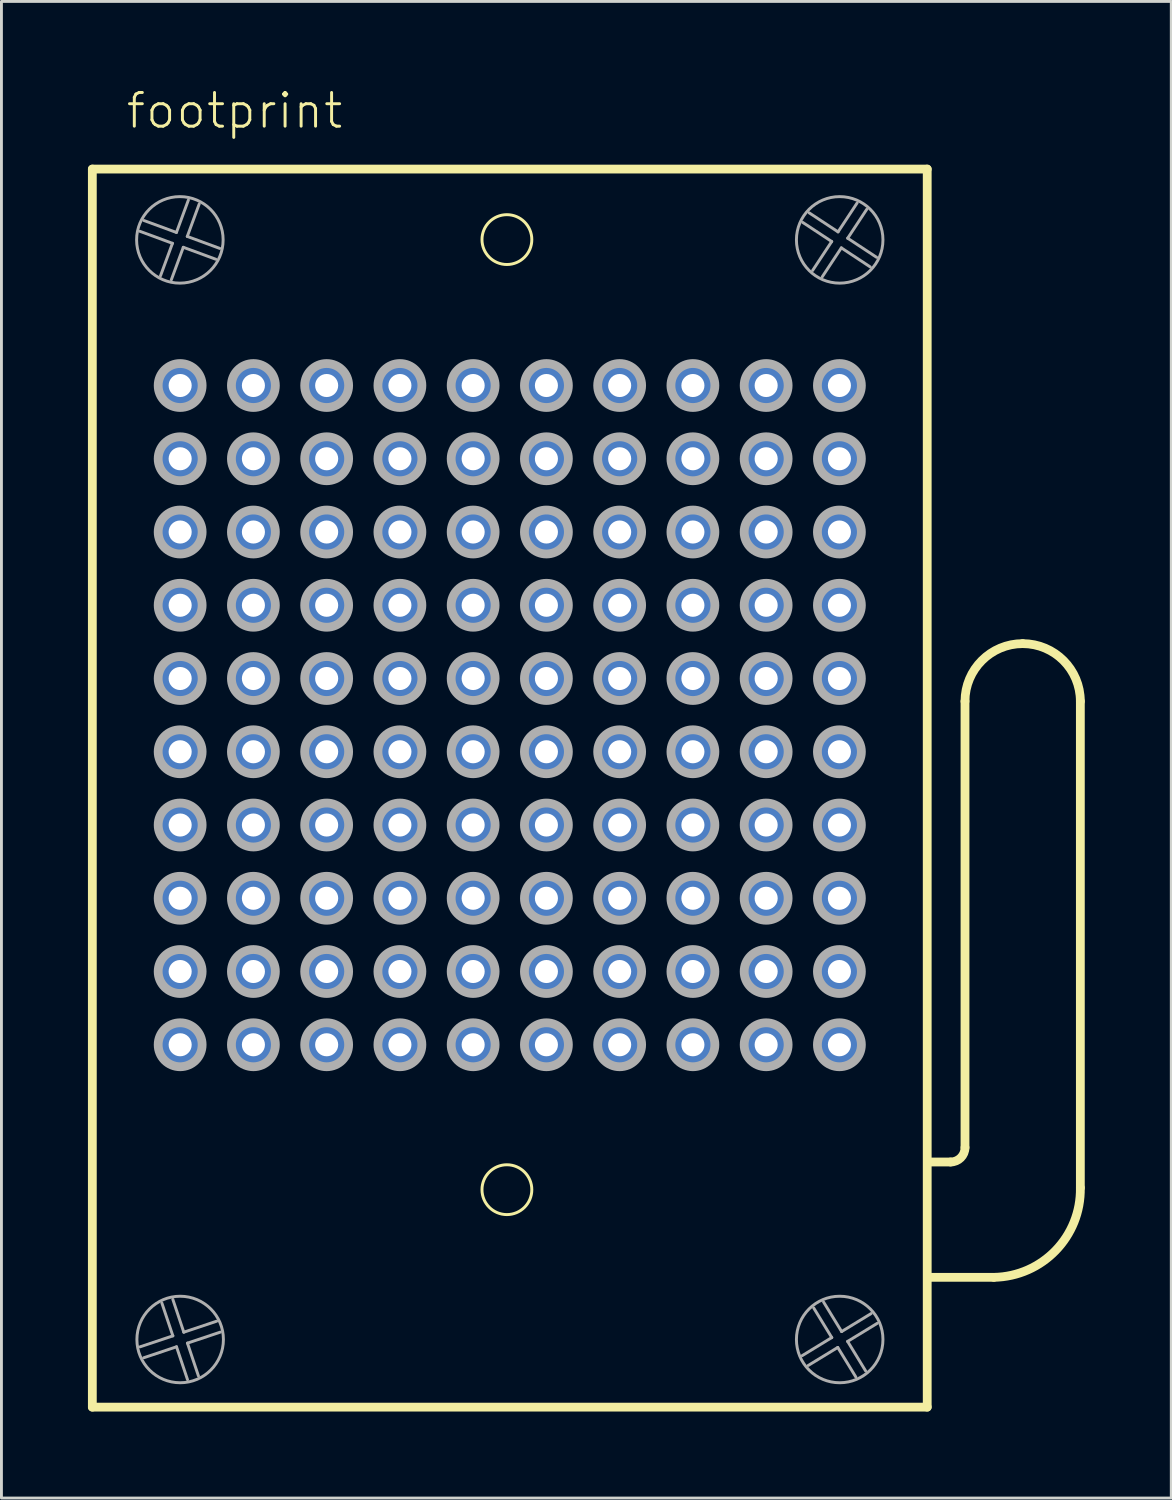
<source format=kicad_pcb>
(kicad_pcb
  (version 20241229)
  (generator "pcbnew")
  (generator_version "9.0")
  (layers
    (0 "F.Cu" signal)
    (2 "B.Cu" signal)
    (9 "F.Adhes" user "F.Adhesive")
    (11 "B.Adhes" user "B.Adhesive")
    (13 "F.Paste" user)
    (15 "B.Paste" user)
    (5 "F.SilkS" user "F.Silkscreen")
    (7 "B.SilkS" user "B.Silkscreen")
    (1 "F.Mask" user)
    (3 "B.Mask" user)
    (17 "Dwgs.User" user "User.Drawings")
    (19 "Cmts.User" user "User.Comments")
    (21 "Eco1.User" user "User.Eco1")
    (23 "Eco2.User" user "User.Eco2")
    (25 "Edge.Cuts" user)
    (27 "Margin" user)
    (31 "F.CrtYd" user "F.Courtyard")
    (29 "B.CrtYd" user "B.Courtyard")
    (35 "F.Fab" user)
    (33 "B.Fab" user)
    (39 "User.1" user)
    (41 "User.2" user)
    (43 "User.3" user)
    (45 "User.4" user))
  (footprint "footprint"
    (layer "F.Cu")
    (at 14.627 21.748)
    (property "Reference" "footprint" (at -13.365 -20.275 0) (layer "F.SilkS") (effects (font (size 1.168 1.168) (thickness 0.102)) (justify left bottom)))
    (fp_line (start -14.475 -18.935) (end 14.475 -18.935) (stroke (width 0.305) (type solid)) (layer "F.SilkS"))
    (fp_line (start -14.475 23.995) (end -14.475 -18.935) (stroke (width 0.305) (type solid)) (layer "F.SilkS"))
    (fp_line (start 14.475 -18.935) (end 14.475 23.995) (stroke (width 0.305) (type solid)) (layer "F.SilkS"))
    (fp_line (start 14.475 23.995) (end -14.475 23.995) (stroke (width 0.305) (type solid)) (layer "F.SilkS"))
    (fp_line (start 15.285 15.495) (end 14.521 15.495) (stroke (width 0.305) (type solid)) (layer "F.SilkS"))
    (fp_line (start 15.785 14.995) (end 15.785 -0.48) (stroke (width 0.305) (type solid)) (layer "F.SilkS"))
    (fp_line (start 16.785 19.495) (end 14.521 19.495) (stroke (width 0.305) (type solid)) (layer "F.SilkS"))
    (fp_line (start 19.785 -0.48) (end 19.785 16.39) (stroke (width 0.305) (type solid)) (layer "F.SilkS"))
    (fp_arc (start 15.785 -0.48) (mid 16.370787 -1.894213) (end 17.785001 -2.479999) (stroke (width 0.3048) (type solid)) (layer "F.SilkS"))
    (fp_arc (start 15.785 14.995) (mid 15.638553 15.348553) (end 15.285 15.495) (stroke (width 0.3048) (type solid)) (layer "F.SilkS"))
    (fp_arc (start 17.785 -2.48) (mid 19.199214 -1.894213) (end 19.785001 -0.479999) (stroke (width 0.3048) (type solid)) (layer "F.SilkS"))
    (fp_arc (start 19.785 16.39) (mid 18.928067 18.56382) (end 16.785 19.495) (stroke (width 0.3048) (type solid)) (layer "F.SilkS"))
    (fp_circle (center -0.1 -16.49) (end 0.764 -16.49) (stroke (width 0.102) (type solid)) (fill no) (layer "F.SilkS"))
    (fp_circle (center -0.1 16.455) (end 0.764 16.455) (stroke (width 0.102) (type solid)) (fill no) (layer "F.SilkS"))
    (fp_line (start -12.821 21.904) (end -11.683 21.524) (stroke (width 0.102) (type solid)) (layer "F.Fab"))
    (fp_line (start -12.685 -17.151) (end -11.559 -16.737) (stroke (width 0.102) (type solid)) (layer "F.Fab"))
    (fp_line (start -12.111 -15.235) (end -11.697 -16.361) (stroke (width 0.102) (type solid)) (layer "F.Fab"))
    (fp_line (start -11.697 -16.361) (end -12.823 -16.776) (stroke (width 0.102) (type solid)) (layer "F.Fab"))
    (fp_line (start -11.684 20.259) (end -11.304 21.397) (stroke (width 0.102) (type solid)) (layer "F.Fab"))
    (fp_line (start -11.683 21.524) (end -12.064 20.386) (stroke (width 0.102) (type solid)) (layer "F.Fab"))
    (fp_line (start -11.559 -16.737) (end -11.144 -17.863) (stroke (width 0.102) (type solid)) (layer "F.Fab"))
    (fp_line (start -11.556 21.903) (end -12.694 22.284) (stroke (width 0.102) (type solid)) (layer "F.Fab"))
    (fp_line (start -11.321 -16.223) (end -11.736 -15.097) (stroke (width 0.102) (type solid)) (layer "F.Fab"))
    (fp_line (start -11.304 21.397) (end -10.166 21.016) (stroke (width 0.102) (type solid)) (layer "F.Fab"))
    (fp_line (start -11.183 -16.599) (end -10.057 -16.184) (stroke (width 0.102) (type solid)) (layer "F.Fab"))
    (fp_line (start -11.177 21.776) (end -10.796 22.914) (stroke (width 0.102) (type solid)) (layer "F.Fab"))
    (fp_line (start -11.175 23.041) (end -11.556 21.903) (stroke (width 0.102) (type solid)) (layer "F.Fab"))
    (fp_line (start -10.769 -17.725) (end -11.183 -16.599) (stroke (width 0.102) (type solid)) (layer "F.Fab"))
    (fp_line (start -10.195 -15.809) (end -11.321 -16.223) (stroke (width 0.102) (type solid)) (layer "F.Fab"))
    (fp_line (start -10.039 21.395) (end -11.177 21.776) (stroke (width 0.102) (type solid)) (layer "F.Fab"))
    (fp_line (start 10.141 22.209) (end 11.165 21.583) (stroke (width 0.102) (type solid)) (layer "F.Fab"))
    (fp_line (start 10.381 -17.418) (end 11.383 -16.757) (stroke (width 0.102) (type solid)) (layer "F.Fab"))
    (fp_line (start 10.502 -15.421) (end 11.163 -16.423) (stroke (width 0.102) (type solid)) (layer "F.Fab"))
    (fp_line (start 10.881 20.351) (end 11.507 21.375) (stroke (width 0.102) (type solid)) (layer "F.Fab"))
    (fp_line (start 11.163 -16.423) (end 10.161 -17.084) (stroke (width 0.102) (type solid)) (layer "F.Fab"))
    (fp_line (start 11.165 21.583) (end 10.54 20.559) (stroke (width 0.102) (type solid)) (layer "F.Fab"))
    (fp_line (start 11.373 21.925) (end 10.349 22.55) (stroke (width 0.102) (type solid)) (layer "F.Fab"))
    (fp_line (start 11.383 -16.757) (end 12.044 -17.759) (stroke (width 0.102) (type solid)) (layer "F.Fab"))
    (fp_line (start 11.497 -16.203) (end 10.836 -15.201) (stroke (width 0.102) (type solid)) (layer "F.Fab"))
    (fp_line (start 11.507 21.375) (end 12.531 20.75) (stroke (width 0.102) (type solid)) (layer "F.Fab"))
    (fp_line (start 11.715 21.716) (end 12.34 22.741) (stroke (width 0.102) (type solid)) (layer "F.Fab"))
    (fp_line (start 11.717 -16.537) (end 12.719 -15.876) (stroke (width 0.102) (type solid)) (layer "F.Fab"))
    (fp_line (start 11.999 22.949) (end 11.373 21.925) (stroke (width 0.102) (type solid)) (layer "F.Fab"))
    (fp_line (start 12.378 -17.539) (end 11.717 -16.537) (stroke (width 0.102) (type solid)) (layer "F.Fab"))
    (fp_line (start 12.499 -15.542) (end 11.497 -16.203) (stroke (width 0.102) (type solid)) (layer "F.Fab"))
    (fp_line (start 12.739 21.091) (end 11.715 21.716) (stroke (width 0.102) (type solid)) (layer "F.Fab"))
    (fp_circle (center -11.44 -16.48) (end -9.94 -16.48) (stroke (width 0.102) (type solid)) (fill no) (layer "F.Fab"))
    (fp_circle (center -11.43 -11.43) (end -10.668 -11.43) (stroke (width 0.305) (type solid)) (fill no) (layer "F.Fab"))
    (fp_circle (center -11.43 -8.89) (end -10.668 -8.89) (stroke (width 0.305) (type solid)) (fill no) (layer "F.Fab"))
    (fp_circle (center -11.43 -6.35) (end -10.668 -6.35) (stroke (width 0.305) (type solid)) (fill no) (layer "F.Fab"))
    (fp_circle (center -11.43 -3.81) (end -10.668 -3.81) (stroke (width 0.305) (type solid)) (fill no) (layer "F.Fab"))
    (fp_circle (center -11.43 -1.27) (end -10.668 -1.27) (stroke (width 0.305) (type solid)) (fill no) (layer "F.Fab"))
    (fp_circle (center -11.43 1.27) (end -10.668 1.27) (stroke (width 0.305) (type solid)) (fill no) (layer "F.Fab"))
    (fp_circle (center -11.43 3.81) (end -10.668 3.81) (stroke (width 0.305) (type solid)) (fill no) (layer "F.Fab"))
    (fp_circle (center -11.43 6.35) (end -10.668 6.35) (stroke (width 0.305) (type solid)) (fill no) (layer "F.Fab"))
    (fp_circle (center -11.43 8.89) (end -10.668 8.89) (stroke (width 0.305) (type solid)) (fill no) (layer "F.Fab"))
    (fp_circle (center -11.43 11.43) (end -10.668 11.43) (stroke (width 0.305) (type solid)) (fill no) (layer "F.Fab"))
    (fp_circle (center -11.43 21.65) (end -9.93 21.65) (stroke (width 0.102) (type solid)) (fill no) (layer "F.Fab"))
    (fp_circle (center -8.89 -11.43) (end -8.128 -11.43) (stroke (width 0.305) (type solid)) (fill no) (layer "F.Fab"))
    (fp_circle (center -8.89 -8.89) (end -8.128 -8.89) (stroke (width 0.305) (type solid)) (fill no) (layer "F.Fab"))
    (fp_circle (center -8.89 -6.35) (end -8.128 -6.35) (stroke (width 0.305) (type solid)) (fill no) (layer "F.Fab"))
    (fp_circle (center -8.89 -3.81) (end -8.128 -3.81) (stroke (width 0.305) (type solid)) (fill no) (layer "F.Fab"))
    (fp_circle (center -8.89 -1.27) (end -8.128 -1.27) (stroke (width 0.305) (type solid)) (fill no) (layer "F.Fab"))
    (fp_circle (center -8.89 1.27) (end -8.128 1.27) (stroke (width 0.305) (type solid)) (fill no) (layer "F.Fab"))
    (fp_circle (center -8.89 3.81) (end -8.128 3.81) (stroke (width 0.305) (type solid)) (fill no) (layer "F.Fab"))
    (fp_circle (center -8.89 6.35) (end -8.128 6.35) (stroke (width 0.305) (type solid)) (fill no) (layer "F.Fab"))
    (fp_circle (center -8.89 8.89) (end -8.128 8.89) (stroke (width 0.305) (type solid)) (fill no) (layer "F.Fab"))
    (fp_circle (center -8.89 11.43) (end -8.128 11.43) (stroke (width 0.305) (type solid)) (fill no) (layer "F.Fab"))
    (fp_circle (center -6.35 -11.43) (end -5.588 -11.43) (stroke (width 0.305) (type solid)) (fill no) (layer "F.Fab"))
    (fp_circle (center -6.35 -8.89) (end -5.588 -8.89) (stroke (width 0.305) (type solid)) (fill no) (layer "F.Fab"))
    (fp_circle (center -6.35 -6.35) (end -5.588 -6.35) (stroke (width 0.305) (type solid)) (fill no) (layer "F.Fab"))
    (fp_circle (center -6.35 -3.81) (end -5.588 -3.81) (stroke (width 0.305) (type solid)) (fill no) (layer "F.Fab"))
    (fp_circle (center -6.35 -1.27) (end -5.588 -1.27) (stroke (width 0.305) (type solid)) (fill no) (layer "F.Fab"))
    (fp_circle (center -6.35 1.27) (end -5.588 1.27) (stroke (width 0.305) (type solid)) (fill no) (layer "F.Fab"))
    (fp_circle (center -6.35 3.81) (end -5.588 3.81) (stroke (width 0.305) (type solid)) (fill no) (layer "F.Fab"))
    (fp_circle (center -6.35 6.35) (end -5.588 6.35) (stroke (width 0.305) (type solid)) (fill no) (layer "F.Fab"))
    (fp_circle (center -6.35 8.89) (end -5.588 8.89) (stroke (width 0.305) (type solid)) (fill no) (layer "F.Fab"))
    (fp_circle (center -6.35 11.43) (end -5.588 11.43) (stroke (width 0.305) (type solid)) (fill no) (layer "F.Fab"))
    (fp_circle (center -3.81 -11.43) (end -3.048 -11.43) (stroke (width 0.305) (type solid)) (fill no) (layer "F.Fab"))
    (fp_circle (center -3.81 -8.89) (end -3.048 -8.89) (stroke (width 0.305) (type solid)) (fill no) (layer "F.Fab"))
    (fp_circle (center -3.81 -6.35) (end -3.048 -6.35) (stroke (width 0.305) (type solid)) (fill no) (layer "F.Fab"))
    (fp_circle (center -3.81 -3.81) (end -3.048 -3.81) (stroke (width 0.305) (type solid)) (fill no) (layer "F.Fab"))
    (fp_circle (center -3.81 -1.27) (end -3.048 -1.27) (stroke (width 0.305) (type solid)) (fill no) (layer "F.Fab"))
    (fp_circle (center -3.81 1.27) (end -3.048 1.27) (stroke (width 0.305) (type solid)) (fill no) (layer "F.Fab"))
    (fp_circle (center -3.81 3.81) (end -3.048 3.81) (stroke (width 0.305) (type solid)) (fill no) (layer "F.Fab"))
    (fp_circle (center -3.81 6.35) (end -3.048 6.35) (stroke (width 0.305) (type solid)) (fill no) (layer "F.Fab"))
    (fp_circle (center -3.81 8.89) (end -3.048 8.89) (stroke (width 0.305) (type solid)) (fill no) (layer "F.Fab"))
    (fp_circle (center -3.81 11.43) (end -3.048 11.43) (stroke (width 0.305) (type solid)) (fill no) (layer "F.Fab"))
    (fp_circle (center -1.27 -11.43) (end -0.508 -11.43) (stroke (width 0.305) (type solid)) (fill no) (layer "F.Fab"))
    (fp_circle (center -1.27 -8.89) (end -0.508 -8.89) (stroke (width 0.305) (type solid)) (fill no) (layer "F.Fab"))
    (fp_circle (center -1.27 -6.35) (end -0.508 -6.35) (stroke (width 0.305) (type solid)) (fill no) (layer "F.Fab"))
    (fp_circle (center -1.27 -3.81) (end -0.508 -3.81) (stroke (width 0.305) (type solid)) (fill no) (layer "F.Fab"))
    (fp_circle (center -1.27 -1.27) (end -0.508 -1.27) (stroke (width 0.305) (type solid)) (fill no) (layer "F.Fab"))
    (fp_circle (center -1.27 1.27) (end -0.508 1.27) (stroke (width 0.305) (type solid)) (fill no) (layer "F.Fab"))
    (fp_circle (center -1.27 3.81) (end -0.508 3.81) (stroke (width 0.305) (type solid)) (fill no) (layer "F.Fab"))
    (fp_circle (center -1.27 6.35) (end -0.508 6.35) (stroke (width 0.305) (type solid)) (fill no) (layer "F.Fab"))
    (fp_circle (center -1.27 8.89) (end -0.508 8.89) (stroke (width 0.305) (type solid)) (fill no) (layer "F.Fab"))
    (fp_circle (center -1.27 11.43) (end -0.508 11.43) (stroke (width 0.305) (type solid)) (fill no) (layer "F.Fab"))
    (fp_circle (center 1.27 -11.43) (end 2.032 -11.43) (stroke (width 0.305) (type solid)) (fill no) (layer "F.Fab"))
    (fp_circle (center 1.27 -8.89) (end 2.032 -8.89) (stroke (width 0.305) (type solid)) (fill no) (layer "F.Fab"))
    (fp_circle (center 1.27 -6.35) (end 2.032 -6.35) (stroke (width 0.305) (type solid)) (fill no) (layer "F.Fab"))
    (fp_circle (center 1.27 -3.81) (end 2.032 -3.81) (stroke (width 0.305) (type solid)) (fill no) (layer "F.Fab"))
    (fp_circle (center 1.27 -1.27) (end 2.032 -1.27) (stroke (width 0.305) (type solid)) (fill no) (layer "F.Fab"))
    (fp_circle (center 1.27 1.27) (end 2.032 1.27) (stroke (width 0.305) (type solid)) (fill no) (layer "F.Fab"))
    (fp_circle (center 1.27 3.81) (end 2.032 3.81) (stroke (width 0.305) (type solid)) (fill no) (layer "F.Fab"))
    (fp_circle (center 1.27 6.35) (end 2.032 6.35) (stroke (width 0.305) (type solid)) (fill no) (layer "F.Fab"))
    (fp_circle (center 1.27 8.89) (end 2.032 8.89) (stroke (width 0.305) (type solid)) (fill no) (layer "F.Fab"))
    (fp_circle (center 1.27 11.43) (end 2.032 11.43) (stroke (width 0.305) (type solid)) (fill no) (layer "F.Fab"))
    (fp_circle (center 3.81 -11.43) (end 4.572 -11.43) (stroke (width 0.305) (type solid)) (fill no) (layer "F.Fab"))
    (fp_circle (center 3.81 -8.89) (end 4.572 -8.89) (stroke (width 0.305) (type solid)) (fill no) (layer "F.Fab"))
    (fp_circle (center 3.81 -6.35) (end 4.572 -6.35) (stroke (width 0.305) (type solid)) (fill no) (layer "F.Fab"))
    (fp_circle (center 3.81 -3.81) (end 4.572 -3.81) (stroke (width 0.305) (type solid)) (fill no) (layer "F.Fab"))
    (fp_circle (center 3.81 -1.27) (end 4.572 -1.27) (stroke (width 0.305) (type solid)) (fill no) (layer "F.Fab"))
    (fp_circle (center 3.81 1.27) (end 4.572 1.27) (stroke (width 0.305) (type solid)) (fill no) (layer "F.Fab"))
    (fp_circle (center 3.81 3.81) (end 4.572 3.81) (stroke (width 0.305) (type solid)) (fill no) (layer "F.Fab"))
    (fp_circle (center 3.81 6.35) (end 4.572 6.35) (stroke (width 0.305) (type solid)) (fill no) (layer "F.Fab"))
    (fp_circle (center 3.81 8.89) (end 4.572 8.89) (stroke (width 0.305) (type solid)) (fill no) (layer "F.Fab"))
    (fp_circle (center 3.81 11.43) (end 4.572 11.43) (stroke (width 0.305) (type solid)) (fill no) (layer "F.Fab"))
    (fp_circle (center 6.35 -11.43) (end 7.112 -11.43) (stroke (width 0.305) (type solid)) (fill no) (layer "F.Fab"))
    (fp_circle (center 6.35 -8.89) (end 7.112 -8.89) (stroke (width 0.305) (type solid)) (fill no) (layer "F.Fab"))
    (fp_circle (center 6.35 -6.35) (end 7.112 -6.35) (stroke (width 0.305) (type solid)) (fill no) (layer "F.Fab"))
    (fp_circle (center 6.35 -3.81) (end 7.112 -3.81) (stroke (width 0.305) (type solid)) (fill no) (layer "F.Fab"))
    (fp_circle (center 6.35 -1.27) (end 7.112 -1.27) (stroke (width 0.305) (type solid)) (fill no) (layer "F.Fab"))
    (fp_circle (center 6.35 1.27) (end 7.112 1.27) (stroke (width 0.305) (type solid)) (fill no) (layer "F.Fab"))
    (fp_circle (center 6.35 3.81) (end 7.112 3.81) (stroke (width 0.305) (type solid)) (fill no) (layer "F.Fab"))
    (fp_circle (center 6.35 6.35) (end 7.112 6.35) (stroke (width 0.305) (type solid)) (fill no) (layer "F.Fab"))
    (fp_circle (center 6.35 8.89) (end 7.112 8.89) (stroke (width 0.305) (type solid)) (fill no) (layer "F.Fab"))
    (fp_circle (center 6.35 11.43) (end 7.112 11.43) (stroke (width 0.305) (type solid)) (fill no) (layer "F.Fab"))
    (fp_circle (center 8.89 -11.43) (end 9.652 -11.43) (stroke (width 0.305) (type solid)) (fill no) (layer "F.Fab"))
    (fp_circle (center 8.89 -8.89) (end 9.652 -8.89) (stroke (width 0.305) (type solid)) (fill no) (layer "F.Fab"))
    (fp_circle (center 8.89 -6.35) (end 9.652 -6.35) (stroke (width 0.305) (type solid)) (fill no) (layer "F.Fab"))
    (fp_circle (center 8.89 -3.81) (end 9.652 -3.81) (stroke (width 0.305) (type solid)) (fill no) (layer "F.Fab"))
    (fp_circle (center 8.89 -1.27) (end 9.652 -1.27) (stroke (width 0.305) (type solid)) (fill no) (layer "F.Fab"))
    (fp_circle (center 8.89 1.27) (end 9.652 1.27) (stroke (width 0.305) (type solid)) (fill no) (layer "F.Fab"))
    (fp_circle (center 8.89 3.81) (end 9.652 3.81) (stroke (width 0.305) (type solid)) (fill no) (layer "F.Fab"))
    (fp_circle (center 8.89 6.35) (end 9.652 6.35) (stroke (width 0.305) (type solid)) (fill no) (layer "F.Fab"))
    (fp_circle (center 8.89 8.89) (end 9.652 8.89) (stroke (width 0.305) (type solid)) (fill no) (layer "F.Fab"))
    (fp_circle (center 8.89 11.43) (end 9.652 11.43) (stroke (width 0.305) (type solid)) (fill no) (layer "F.Fab"))
    (fp_circle (center 11.43 -11.43) (end 12.192 -11.43) (stroke (width 0.305) (type solid)) (fill no) (layer "F.Fab"))
    (fp_circle (center 11.43 -8.89) (end 12.192 -8.89) (stroke (width 0.305) (type solid)) (fill no) (layer "F.Fab"))
    (fp_circle (center 11.43 -6.35) (end 12.192 -6.35) (stroke (width 0.305) (type solid)) (fill no) (layer "F.Fab"))
    (fp_circle (center 11.43 -3.81) (end 12.192 -3.81) (stroke (width 0.305) (type solid)) (fill no) (layer "F.Fab"))
    (fp_circle (center 11.43 -1.27) (end 12.192 -1.27) (stroke (width 0.305) (type solid)) (fill no) (layer "F.Fab"))
    (fp_circle (center 11.43 1.27) (end 12.192 1.27) (stroke (width 0.305) (type solid)) (fill no) (layer "F.Fab"))
    (fp_circle (center 11.43 3.81) (end 12.192 3.81) (stroke (width 0.305) (type solid)) (fill no) (layer "F.Fab"))
    (fp_circle (center 11.43 6.35) (end 12.192 6.35) (stroke (width 0.305) (type solid)) (fill no) (layer "F.Fab"))
    (fp_circle (center 11.43 8.89) (end 12.192 8.89) (stroke (width 0.305) (type solid)) (fill no) (layer "F.Fab"))
    (fp_circle (center 11.43 11.43) (end 12.192 11.43) (stroke (width 0.305) (type solid)) (fill no) (layer "F.Fab"))
    (fp_circle (center 11.44 -16.48) (end 12.94 -16.48) (stroke (width 0.102) (type solid)) (fill no) (layer "F.Fab"))
    (fp_circle (center 11.44 21.65) (end 12.94 21.65) (stroke (width 0.102) (type solid)) (fill no) (layer "F.Fab"))
    (pad "A1" thru_hole circle (at -11.43 -11.43) (size 1.4 1.4) (drill 0.8) (layers "*.Cu" "*.Mask"))
    (pad "A2" thru_hole circle (at -8.89 -11.43) (size 1.4 1.4) (drill 0.8) (layers "*.Cu" "*.Mask"))
    (pad "A3" thru_hole circle (at -6.35 -11.43) (size 1.4 1.4) (drill 0.8) (layers "*.Cu" "*.Mask"))
    (pad "A4" thru_hole circle (at -3.81 -11.43) (size 1.4 1.4) (drill 0.8) (layers "*.Cu" "*.Mask"))
    (pad "A5" thru_hole circle (at -1.27 -11.43) (size 1.4 1.4) (drill 0.8) (layers "*.Cu" "*.Mask"))
    (pad "A6" thru_hole circle (at 1.27 -11.43) (size 1.4 1.4) (drill 0.8) (layers "*.Cu" "*.Mask"))
    (pad "A7" thru_hole circle (at 3.81 -11.43) (size 1.4 1.4) (drill 0.8) (layers "*.Cu" "*.Mask"))
    (pad "A8" thru_hole circle (at 6.35 -11.43) (size 1.4 1.4) (drill 0.8) (layers "*.Cu" "*.Mask"))
    (pad "A9" thru_hole circle (at 8.89 -11.43) (size 1.4 1.4) (drill 0.8) (layers "*.Cu" "*.Mask"))
    (pad "A10" thru_hole circle (at 11.43 -11.43) (size 1.4 1.4) (drill 0.8) (layers "*.Cu" "*.Mask"))
    (pad "B1" thru_hole circle (at -11.43 -8.89) (size 1.4 1.4) (drill 0.8) (layers "*.Cu" "*.Mask"))
    (pad "B2" thru_hole circle (at -8.89 -8.89) (size 1.4 1.4) (drill 0.8) (layers "*.Cu" "*.Mask"))
    (pad "B3" thru_hole circle (at -6.35 -8.89) (size 1.4 1.4) (drill 0.8) (layers "*.Cu" "*.Mask"))
    (pad "B4" thru_hole circle (at -3.81 -8.89) (size 1.4 1.4) (drill 0.8) (layers "*.Cu" "*.Mask"))
    (pad "B5" thru_hole circle (at -1.27 -8.89) (size 1.4 1.4) (drill 0.8) (layers "*.Cu" "*.Mask"))
    (pad "B6" thru_hole circle (at 1.27 -8.89) (size 1.4 1.4) (drill 0.8) (layers "*.Cu" "*.Mask"))
    (pad "B7" thru_hole circle (at 3.81 -8.89) (size 1.4 1.4) (drill 0.8) (layers "*.Cu" "*.Mask"))
    (pad "B8" thru_hole circle (at 6.35 -8.89) (size 1.4 1.4) (drill 0.8) (layers "*.Cu" "*.Mask"))
    (pad "B9" thru_hole circle (at 8.89 -8.89) (size 1.4 1.4) (drill 0.8) (layers "*.Cu" "*.Mask"))
    (pad "B10" thru_hole circle (at 11.43 -8.89) (size 1.4 1.4) (drill 0.8) (layers "*.Cu" "*.Mask"))
    (pad "C1" thru_hole circle (at -11.43 -6.35) (size 1.4 1.4) (drill 0.8) (layers "*.Cu" "*.Mask"))
    (pad "C2" thru_hole circle (at -8.89 -6.35) (size 1.4 1.4) (drill 0.8) (layers "*.Cu" "*.Mask"))
    (pad "C3" thru_hole circle (at -6.35 -6.35) (size 1.4 1.4) (drill 0.8) (layers "*.Cu" "*.Mask"))
    (pad "C4" thru_hole circle (at -3.81 -6.35) (size 1.4 1.4) (drill 0.8) (layers "*.Cu" "*.Mask"))
    (pad "C5" thru_hole circle (at -1.27 -6.35) (size 1.4 1.4) (drill 0.8) (layers "*.Cu" "*.Mask"))
    (pad "C6" thru_hole circle (at 1.27 -6.35) (size 1.4 1.4) (drill 0.8) (layers "*.Cu" "*.Mask"))
    (pad "C7" thru_hole circle (at 3.81 -6.35) (size 1.4 1.4) (drill 0.8) (layers "*.Cu" "*.Mask"))
    (pad "C8" thru_hole circle (at 6.35 -6.35) (size 1.4 1.4) (drill 0.8) (layers "*.Cu" "*.Mask"))
    (pad "C9" thru_hole circle (at 8.89 -6.35) (size 1.4 1.4) (drill 0.8) (layers "*.Cu" "*.Mask"))
    (pad "C10" thru_hole circle (at 11.43 -6.35) (size 1.4 1.4) (drill 0.8) (layers "*.Cu" "*.Mask"))
    (pad "D1" thru_hole circle (at -11.43 -3.81) (size 1.4 1.4) (drill 0.8) (layers "*.Cu" "*.Mask"))
    (pad "D2" thru_hole circle (at -8.89 -3.81) (size 1.4 1.4) (drill 0.8) (layers "*.Cu" "*.Mask"))
    (pad "D3" thru_hole circle (at -6.35 -3.81) (size 1.4 1.4) (drill 0.8) (layers "*.Cu" "*.Mask"))
    (pad "D4" thru_hole circle (at -3.81 -3.81) (size 1.4 1.4) (drill 0.8) (layers "*.Cu" "*.Mask"))
    (pad "D5" thru_hole circle (at -1.27 -3.81) (size 1.4 1.4) (drill 0.8) (layers "*.Cu" "*.Mask"))
    (pad "D6" thru_hole circle (at 1.27 -3.81) (size 1.4 1.4) (drill 0.8) (layers "*.Cu" "*.Mask"))
    (pad "D7" thru_hole circle (at 3.81 -3.81) (size 1.4 1.4) (drill 0.8) (layers "*.Cu" "*.Mask"))
    (pad "D8" thru_hole circle (at 6.35 -3.81) (size 1.4 1.4) (drill 0.8) (layers "*.Cu" "*.Mask"))
    (pad "D9" thru_hole circle (at 8.89 -3.81) (size 1.4 1.4) (drill 0.8) (layers "*.Cu" "*.Mask"))
    (pad "D10" thru_hole circle (at 11.43 -3.81) (size 1.4 1.4) (drill 0.8) (layers "*.Cu" "*.Mask"))
    (pad "E1" thru_hole circle (at -11.43 -1.27) (size 1.4 1.4) (drill 0.8) (layers "*.Cu" "*.Mask"))
    (pad "E2" thru_hole circle (at -8.89 -1.27) (size 1.4 1.4) (drill 0.8) (layers "*.Cu" "*.Mask"))
    (pad "E3" thru_hole circle (at -6.35 -1.27) (size 1.4 1.4) (drill 0.8) (layers "*.Cu" "*.Mask"))
    (pad "E4" thru_hole circle (at -3.81 -1.27) (size 1.4 1.4) (drill 0.8) (layers "*.Cu" "*.Mask"))
    (pad "E5" thru_hole circle (at -1.27 -1.27) (size 1.4 1.4) (drill 0.8) (layers "*.Cu" "*.Mask"))
    (pad "E6" thru_hole circle (at 1.27 -1.27) (size 1.4 1.4) (drill 0.8) (layers "*.Cu" "*.Mask"))
    (pad "E7" thru_hole circle (at 3.81 -1.27) (size 1.4 1.4) (drill 0.8) (layers "*.Cu" "*.Mask"))
    (pad "E8" thru_hole circle (at 6.35 -1.27) (size 1.4 1.4) (drill 0.8) (layers "*.Cu" "*.Mask"))
    (pad "E9" thru_hole circle (at 8.89 -1.27) (size 1.4 1.4) (drill 0.8) (layers "*.Cu" "*.Mask"))
    (pad "E10" thru_hole circle (at 11.43 -1.27) (size 1.4 1.4) (drill 0.8) (layers "*.Cu" "*.Mask"))
    (pad "F1" thru_hole circle (at -11.43 1.27) (size 1.4 1.4) (drill 0.8) (layers "*.Cu" "*.Mask"))
    (pad "F2" thru_hole circle (at -8.89 1.27) (size 1.4 1.4) (drill 0.8) (layers "*.Cu" "*.Mask"))
    (pad "F3" thru_hole circle (at -6.35 1.27) (size 1.4 1.4) (drill 0.8) (layers "*.Cu" "*.Mask"))
    (pad "F4" thru_hole circle (at -3.81 1.27) (size 1.4 1.4) (drill 0.8) (layers "*.Cu" "*.Mask"))
    (pad "F5" thru_hole circle (at -1.27 1.27) (size 1.4 1.4) (drill 0.8) (layers "*.Cu" "*.Mask"))
    (pad "F6" thru_hole circle (at 1.27 1.27) (size 1.4 1.4) (drill 0.8) (layers "*.Cu" "*.Mask"))
    (pad "F7" thru_hole circle (at 3.81 1.27) (size 1.4 1.4) (drill 0.8) (layers "*.Cu" "*.Mask"))
    (pad "F8" thru_hole circle (at 6.35 1.27) (size 1.4 1.4) (drill 0.8) (layers "*.Cu" "*.Mask"))
    (pad "F9" thru_hole circle (at 8.89 1.27) (size 1.4 1.4) (drill 0.8) (layers "*.Cu" "*.Mask"))
    (pad "F10" thru_hole circle (at 11.43 1.27) (size 1.4 1.4) (drill 0.8) (layers "*.Cu" "*.Mask"))
    (pad "G1" thru_hole circle (at -11.43 3.81) (size 1.4 1.4) (drill 0.8) (layers "*.Cu" "*.Mask"))
    (pad "G2" thru_hole circle (at -8.89 3.81) (size 1.4 1.4) (drill 0.8) (layers "*.Cu" "*.Mask"))
    (pad "G3" thru_hole circle (at -6.35 3.81) (size 1.4 1.4) (drill 0.8) (layers "*.Cu" "*.Mask"))
    (pad "G4" thru_hole circle (at -3.81 3.81) (size 1.4 1.4) (drill 0.8) (layers "*.Cu" "*.Mask"))
    (pad "G5" thru_hole circle (at -1.27 3.81) (size 1.4 1.4) (drill 0.8) (layers "*.Cu" "*.Mask"))
    (pad "G6" thru_hole circle (at 1.27 3.81) (size 1.4 1.4) (drill 0.8) (layers "*.Cu" "*.Mask"))
    (pad "G7" thru_hole circle (at 3.81 3.81) (size 1.4 1.4) (drill 0.8) (layers "*.Cu" "*.Mask"))
    (pad "G8" thru_hole circle (at 6.35 3.81) (size 1.4 1.4) (drill 0.8) (layers "*.Cu" "*.Mask"))
    (pad "G9" thru_hole circle (at 8.89 3.81) (size 1.4 1.4) (drill 0.8) (layers "*.Cu" "*.Mask"))
    (pad "G10" thru_hole circle (at 11.43 3.81) (size 1.4 1.4) (drill 0.8) (layers "*.Cu" "*.Mask"))
    (pad "H1" thru_hole circle (at -11.43 6.35) (size 1.4 1.4) (drill 0.8) (layers "*.Cu" "*.Mask"))
    (pad "H2" thru_hole circle (at -8.89 6.35) (size 1.4 1.4) (drill 0.8) (layers "*.Cu" "*.Mask"))
    (pad "H3" thru_hole circle (at -6.35 6.35) (size 1.4 1.4) (drill 0.8) (layers "*.Cu" "*.Mask"))
    (pad "H4" thru_hole circle (at -3.81 6.35) (size 1.4 1.4) (drill 0.8) (layers "*.Cu" "*.Mask"))
    (pad "H5" thru_hole circle (at -1.27 6.35) (size 1.4 1.4) (drill 0.8) (layers "*.Cu" "*.Mask"))
    (pad "H6" thru_hole circle (at 1.27 6.35) (size 1.4 1.4) (drill 0.8) (layers "*.Cu" "*.Mask"))
    (pad "H7" thru_hole circle (at 3.81 6.35) (size 1.4 1.4) (drill 0.8) (layers "*.Cu" "*.Mask"))
    (pad "H8" thru_hole circle (at 6.35 6.35) (size 1.4 1.4) (drill 0.8) (layers "*.Cu" "*.Mask"))
    (pad "H9" thru_hole circle (at 8.89 6.35) (size 1.4 1.4) (drill 0.8) (layers "*.Cu" "*.Mask"))
    (pad "H10" thru_hole circle (at 11.43 6.35) (size 1.4 1.4) (drill 0.8) (layers "*.Cu" "*.Mask"))
    (pad "J1" thru_hole circle (at -11.43 8.89) (size 1.4 1.4) (drill 0.8) (layers "*.Cu" "*.Mask"))
    (pad "J2" thru_hole circle (at -8.89 8.89) (size 1.4 1.4) (drill 0.8) (layers "*.Cu" "*.Mask"))
    (pad "J3" thru_hole circle (at -6.35 8.89) (size 1.4 1.4) (drill 0.8) (layers "*.Cu" "*.Mask"))
    (pad "J4" thru_hole circle (at -3.81 8.89) (size 1.4 1.4) (drill 0.8) (layers "*.Cu" "*.Mask"))
    (pad "J5" thru_hole circle (at -1.27 8.89) (size 1.4 1.4) (drill 0.8) (layers "*.Cu" "*.Mask"))
    (pad "J6" thru_hole circle (at 1.27 8.89) (size 1.4 1.4) (drill 0.8) (layers "*.Cu" "*.Mask"))
    (pad "J7" thru_hole circle (at 3.81 8.89) (size 1.4 1.4) (drill 0.8) (layers "*.Cu" "*.Mask"))
    (pad "J8" thru_hole circle (at 6.35 8.89) (size 1.4 1.4) (drill 0.8) (layers "*.Cu" "*.Mask"))
    (pad "J9" thru_hole circle (at 8.89 8.89) (size 1.4 1.4) (drill 0.8) (layers "*.Cu" "*.Mask"))
    (pad "J10" thru_hole circle (at 11.43 8.89) (size 1.4 1.4) (drill 0.8) (layers "*.Cu" "*.Mask"))
    (pad "K1" thru_hole circle (at -11.43 11.43) (size 1.4 1.4) (drill 0.8) (layers "*.Cu" "*.Mask"))
    (pad "K2" thru_hole circle (at -8.89 11.43) (size 1.4 1.4) (drill 0.8) (layers "*.Cu" "*.Mask"))
    (pad "K3" thru_hole circle (at -6.35 11.43) (size 1.4 1.4) (drill 0.8) (layers "*.Cu" "*.Mask"))
    (pad "K4" thru_hole circle (at -3.81 11.43) (size 1.4 1.4) (drill 0.8) (layers "*.Cu" "*.Mask"))
    (pad "K5" thru_hole circle (at -1.27 11.43) (size 1.4 1.4) (drill 0.8) (layers "*.Cu" "*.Mask"))
    (pad "K6" thru_hole circle (at 1.27 11.43) (size 1.4 1.4) (drill 0.8) (layers "*.Cu" "*.Mask"))
    (pad "K7" thru_hole circle (at 3.81 11.43) (size 1.4 1.4) (drill 0.8) (layers "*.Cu" "*.Mask"))
    (pad "K8" thru_hole circle (at 6.35 11.43) (size 1.4 1.4) (drill 0.8) (layers "*.Cu" "*.Mask"))
    (pad "K9" thru_hole circle (at 8.89 11.43) (size 1.4 1.4) (drill 0.8) (layers "*.Cu" "*.Mask"))
    (pad "K10" thru_hole circle (at 11.43 11.43) (size 1.4 1.4) (drill 0.8) (layers "*.Cu" "*.Mask")))
  (gr_rect
    (start -3 -3)
    (end 37.565 48.896)
    (stroke (width 0.1) (type default))
    (fill no)
    (layer "Edge.Cuts")))
</source>
